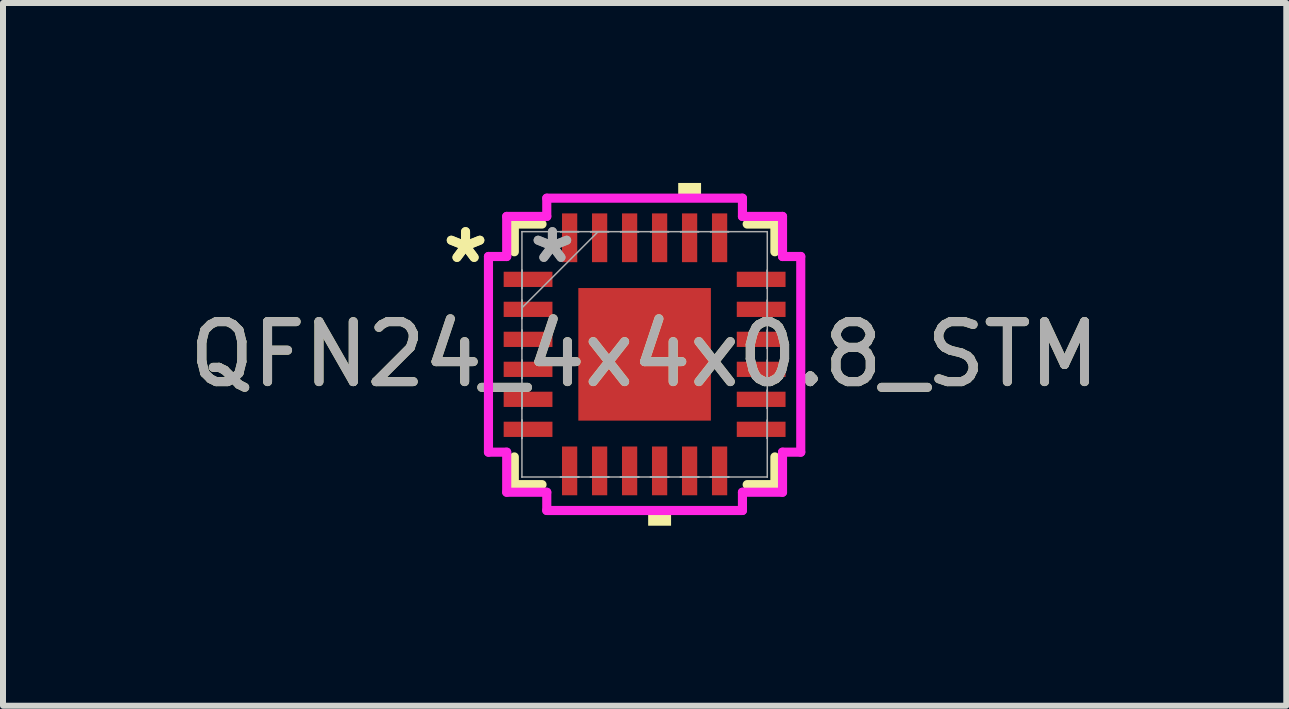
<source format=kicad_pcb>
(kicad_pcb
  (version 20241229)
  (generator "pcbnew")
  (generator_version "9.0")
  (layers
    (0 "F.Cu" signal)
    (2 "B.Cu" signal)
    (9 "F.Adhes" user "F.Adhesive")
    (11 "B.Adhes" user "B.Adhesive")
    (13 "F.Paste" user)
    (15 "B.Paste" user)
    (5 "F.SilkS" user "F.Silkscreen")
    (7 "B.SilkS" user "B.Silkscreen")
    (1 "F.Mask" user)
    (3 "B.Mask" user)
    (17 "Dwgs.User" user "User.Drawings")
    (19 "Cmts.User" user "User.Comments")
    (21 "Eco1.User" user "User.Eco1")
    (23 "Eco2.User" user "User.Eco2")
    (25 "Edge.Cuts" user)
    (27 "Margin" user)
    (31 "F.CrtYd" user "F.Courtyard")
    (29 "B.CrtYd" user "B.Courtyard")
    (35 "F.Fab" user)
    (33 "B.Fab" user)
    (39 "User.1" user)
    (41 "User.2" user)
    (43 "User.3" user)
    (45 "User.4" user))
  (footprint "QFN24_4x4x0.8_STM"
    (layer "F.Cu")
    (at 7.696 2.857)
    (property "Reference" "QFN24_4x4x0.8_STM" (at 0 0 0) (unlocked yes) (layer "F.SilkS") (effects (font (size 1 1) (thickness 0.15))))
    (attr smd)
    (fp_line (start -2.172 -2.172) (end -2.172 -1.71) (stroke (width 0.152) (type solid)) (layer "F.SilkS"))
    (fp_line (start -2.172 1.71) (end -2.172 2.172) (stroke (width 0.152) (type solid)) (layer "F.SilkS"))
    (fp_line (start -2.172 2.172) (end -1.71 2.172) (stroke (width 0.152) (type solid)) (layer "F.SilkS"))
    (fp_line (start -1.71 -2.172) (end -2.172 -2.172) (stroke (width 0.152) (type solid)) (layer "F.SilkS"))
    (fp_line (start 1.71 2.172) (end 2.172 2.172) (stroke (width 0.152) (type solid)) (layer "F.SilkS"))
    (fp_line (start 2.172 -2.172) (end 1.71 -2.172) (stroke (width 0.152) (type solid)) (layer "F.SilkS"))
    (fp_line (start 2.172 -1.71) (end 2.172 -2.172) (stroke (width 0.152) (type solid)) (layer "F.SilkS"))
    (fp_line (start 2.172 2.172) (end 2.172 1.71) (stroke (width 0.152) (type solid)) (layer "F.SilkS"))
    (fp_poly (pts (xy 0.059 2.603) (xy 0.059 2.857) (xy 0.441 2.857) (xy 0.441 2.603)) (stroke (width 0) (type solid)) (fill yes) (layer "F.SilkS"))
    (fp_poly (pts (xy 0.56 -2.603) (xy 0.56 -2.857) (xy 0.941 -2.857) (xy 0.941 -2.603)) (stroke (width 0) (type solid)) (fill yes) (layer "F.SilkS"))
    (fp_line (start -2.603 -1.631) (end -2.299 -1.631) (stroke (width 0.152) (type solid)) (layer "F.CrtYd"))
    (fp_line (start -2.603 1.631) (end -2.603 -1.631) (stroke (width 0.152) (type solid)) (layer "F.CrtYd"))
    (fp_line (start -2.299 -2.299) (end -1.631 -2.299) (stroke (width 0.152) (type solid)) (layer "F.CrtYd"))
    (fp_line (start -2.299 -1.631) (end -2.299 -2.299) (stroke (width 0.152) (type solid)) (layer "F.CrtYd"))
    (fp_line (start -2.299 1.631) (end -2.603 1.631) (stroke (width 0.152) (type solid)) (layer "F.CrtYd"))
    (fp_line (start -2.299 2.299) (end -2.299 1.631) (stroke (width 0.152) (type solid)) (layer "F.CrtYd"))
    (fp_line (start -1.631 -2.603) (end 1.631 -2.603) (stroke (width 0.152) (type solid)) (layer "F.CrtYd"))
    (fp_line (start -1.631 -2.299) (end -1.631 -2.603) (stroke (width 0.152) (type solid)) (layer "F.CrtYd"))
    (fp_line (start -1.631 2.299) (end -2.299 2.299) (stroke (width 0.152) (type solid)) (layer "F.CrtYd"))
    (fp_line (start -1.631 2.603) (end -1.631 2.299) (stroke (width 0.152) (type solid)) (layer "F.CrtYd"))
    (fp_line (start 1.631 -2.603) (end 1.631 -2.299) (stroke (width 0.152) (type solid)) (layer "F.CrtYd"))
    (fp_line (start 1.631 -2.299) (end 2.299 -2.299) (stroke (width 0.152) (type solid)) (layer "F.CrtYd"))
    (fp_line (start 1.631 2.299) (end 1.631 2.603) (stroke (width 0.152) (type solid)) (layer "F.CrtYd"))
    (fp_line (start 1.631 2.603) (end -1.631 2.603) (stroke (width 0.152) (type solid)) (layer "F.CrtYd"))
    (fp_line (start 2.299 -2.299) (end 2.299 -1.631) (stroke (width 0.152) (type solid)) (layer "F.CrtYd"))
    (fp_line (start 2.299 -1.631) (end 2.603 -1.631) (stroke (width 0.152) (type solid)) (layer "F.CrtYd"))
    (fp_line (start 2.299 1.631) (end 2.299 2.299) (stroke (width 0.152) (type solid)) (layer "F.CrtYd"))
    (fp_line (start 2.299 2.299) (end 1.631 2.299) (stroke (width 0.152) (type solid)) (layer "F.CrtYd"))
    (fp_line (start 2.603 -1.631) (end 2.603 1.631) (stroke (width 0.152) (type solid)) (layer "F.CrtYd"))
    (fp_line (start 2.603 1.631) (end 2.299 1.631) (stroke (width 0.152) (type solid)) (layer "F.CrtYd"))
    (fp_line (start -2.045 -2.045) (end -2.045 -2.045) (stroke (width 0.025) (type solid)) (layer "F.Fab"))
    (fp_line (start -2.045 -2.045) (end -2.045 2.045) (stroke (width 0.025) (type solid)) (layer "F.Fab"))
    (fp_line (start -2.045 -1.402) (end -2.045 -1.402) (stroke (width 0.025) (type solid)) (layer "F.Fab"))
    (fp_line (start -2.045 -1.402) (end -2.045 -1.098) (stroke (width 0.025) (type solid)) (layer "F.Fab"))
    (fp_line (start -2.045 -1.098) (end -2.045 -1.402) (stroke (width 0.025) (type solid)) (layer "F.Fab"))
    (fp_line (start -2.045 -1.098) (end -2.045 -1.098) (stroke (width 0.025) (type solid)) (layer "F.Fab"))
    (fp_line (start -2.045 -0.902) (end -2.045 -0.902) (stroke (width 0.025) (type solid)) (layer "F.Fab"))
    (fp_line (start -2.045 -0.902) (end -2.045 -0.598) (stroke (width 0.025) (type solid)) (layer "F.Fab"))
    (fp_line (start -2.045 -0.775) (end -0.775 -2.045) (stroke (width 0.025) (type solid)) (layer "F.Fab"))
    (fp_line (start -2.045 -0.598) (end -2.045 -0.902) (stroke (width 0.025) (type solid)) (layer "F.Fab"))
    (fp_line (start -2.045 -0.598) (end -2.045 -0.598) (stroke (width 0.025) (type solid)) (layer "F.Fab"))
    (fp_line (start -2.045 -0.402) (end -2.045 -0.402) (stroke (width 0.025) (type solid)) (layer "F.Fab"))
    (fp_line (start -2.045 -0.402) (end -2.045 -0.098) (stroke (width 0.025) (type solid)) (layer "F.Fab"))
    (fp_line (start -2.045 -0.098) (end -2.045 -0.402) (stroke (width 0.025) (type solid)) (layer "F.Fab"))
    (fp_line (start -2.045 -0.098) (end -2.045 -0.098) (stroke (width 0.025) (type solid)) (layer "F.Fab"))
    (fp_line (start -2.045 0.098) (end -2.045 0.098) (stroke (width 0.025) (type solid)) (layer "F.Fab"))
    (fp_line (start -2.045 0.098) (end -2.045 0.402) (stroke (width 0.025) (type solid)) (layer "F.Fab"))
    (fp_line (start -2.045 0.402) (end -2.045 0.098) (stroke (width 0.025) (type solid)) (layer "F.Fab"))
    (fp_line (start -2.045 0.402) (end -2.045 0.402) (stroke (width 0.025) (type solid)) (layer "F.Fab"))
    (fp_line (start -2.045 0.598) (end -2.045 0.598) (stroke (width 0.025) (type solid)) (layer "F.Fab"))
    (fp_line (start -2.045 0.598) (end -2.045 0.902) (stroke (width 0.025) (type solid)) (layer "F.Fab"))
    (fp_line (start -2.045 0.902) (end -2.045 0.598) (stroke (width 0.025) (type solid)) (layer "F.Fab"))
    (fp_line (start -2.045 0.902) (end -2.045 0.902) (stroke (width 0.025) (type solid)) (layer "F.Fab"))
    (fp_line (start -2.045 1.098) (end -2.045 1.098) (stroke (width 0.025) (type solid)) (layer "F.Fab"))
    (fp_line (start -2.045 1.098) (end -2.045 1.402) (stroke (width 0.025) (type solid)) (layer "F.Fab"))
    (fp_line (start -2.045 1.402) (end -2.045 1.098) (stroke (width 0.025) (type solid)) (layer "F.Fab"))
    (fp_line (start -2.045 1.402) (end -2.045 1.402) (stroke (width 0.025) (type solid)) (layer "F.Fab"))
    (fp_line (start -2.045 2.045) (end -2.045 2.045) (stroke (width 0.025) (type solid)) (layer "F.Fab"))
    (fp_line (start -2.045 2.045) (end 2.045 2.045) (stroke (width 0.025) (type solid)) (layer "F.Fab"))
    (fp_line (start -1.402 -2.045) (end -1.402 -2.045) (stroke (width 0.025) (type solid)) (layer "F.Fab"))
    (fp_line (start -1.402 -2.045) (end -1.098 -2.045) (stroke (width 0.025) (type solid)) (layer "F.Fab"))
    (fp_line (start -1.402 2.045) (end -1.402 2.045) (stroke (width 0.025) (type solid)) (layer "F.Fab"))
    (fp_line (start -1.402 2.045) (end -1.098 2.045) (stroke (width 0.025) (type solid)) (layer "F.Fab"))
    (fp_line (start -1.098 -2.045) (end -1.402 -2.045) (stroke (width 0.025) (type solid)) (layer "F.Fab"))
    (fp_line (start -1.098 -2.045) (end -1.098 -2.045) (stroke (width 0.025) (type solid)) (layer "F.Fab"))
    (fp_line (start -1.098 2.045) (end -1.402 2.045) (stroke (width 0.025) (type solid)) (layer "F.Fab"))
    (fp_line (start -1.098 2.045) (end -1.098 2.045) (stroke (width 0.025) (type solid)) (layer "F.Fab"))
    (fp_line (start -0.902 -2.045) (end -0.902 -2.045) (stroke (width 0.025) (type solid)) (layer "F.Fab"))
    (fp_line (start -0.902 -2.045) (end -0.598 -2.045) (stroke (width 0.025) (type solid)) (layer "F.Fab"))
    (fp_line (start -0.902 2.045) (end -0.902 2.045) (stroke (width 0.025) (type solid)) (layer "F.Fab"))
    (fp_line (start -0.902 2.045) (end -0.598 2.045) (stroke (width 0.025) (type solid)) (layer "F.Fab"))
    (fp_line (start -0.598 -2.045) (end -0.902 -2.045) (stroke (width 0.025) (type solid)) (layer "F.Fab"))
    (fp_line (start -0.598 -2.045) (end -0.598 -2.045) (stroke (width 0.025) (type solid)) (layer "F.Fab"))
    (fp_line (start -0.598 2.045) (end -0.902 2.045) (stroke (width 0.025) (type solid)) (layer "F.Fab"))
    (fp_line (start -0.598 2.045) (end -0.598 2.045) (stroke (width 0.025) (type solid)) (layer "F.Fab"))
    (fp_line (start -0.402 -2.045) (end -0.402 -2.045) (stroke (width 0.025) (type solid)) (layer "F.Fab"))
    (fp_line (start -0.402 -2.045) (end -0.098 -2.045) (stroke (width 0.025) (type solid)) (layer "F.Fab"))
    (fp_line (start -0.402 2.045) (end -0.402 2.045) (stroke (width 0.025) (type solid)) (layer "F.Fab"))
    (fp_line (start -0.402 2.045) (end -0.098 2.045) (stroke (width 0.025) (type solid)) (layer "F.Fab"))
    (fp_line (start -0.098 -2.045) (end -0.402 -2.045) (stroke (width 0.025) (type solid)) (layer "F.Fab"))
    (fp_line (start -0.098 -2.045) (end -0.098 -2.045) (stroke (width 0.025) (type solid)) (layer "F.Fab"))
    (fp_line (start -0.098 2.045) (end -0.402 2.045) (stroke (width 0.025) (type solid)) (layer "F.Fab"))
    (fp_line (start -0.098 2.045) (end -0.098 2.045) (stroke (width 0.025) (type solid)) (layer "F.Fab"))
    (fp_line (start 0.098 -2.045) (end 0.098 -2.045) (stroke (width 0.025) (type solid)) (layer "F.Fab"))
    (fp_line (start 0.098 -2.045) (end 0.402 -2.045) (stroke (width 0.025) (type solid)) (layer "F.Fab"))
    (fp_line (start 0.098 2.045) (end 0.098 2.045) (stroke (width 0.025) (type solid)) (layer "F.Fab"))
    (fp_line (start 0.098 2.045) (end 0.402 2.045) (stroke (width 0.025) (type solid)) (layer "F.Fab"))
    (fp_line (start 0.402 -2.045) (end 0.098 -2.045) (stroke (width 0.025) (type solid)) (layer "F.Fab"))
    (fp_line (start 0.402 -2.045) (end 0.402 -2.045) (stroke (width 0.025) (type solid)) (layer "F.Fab"))
    (fp_line (start 0.402 2.045) (end 0.098 2.045) (stroke (width 0.025) (type solid)) (layer "F.Fab"))
    (fp_line (start 0.402 2.045) (end 0.402 2.045) (stroke (width 0.025) (type solid)) (layer "F.Fab"))
    (fp_line (start 0.598 -2.045) (end 0.598 -2.045) (stroke (width 0.025) (type solid)) (layer "F.Fab"))
    (fp_line (start 0.598 -2.045) (end 0.902 -2.045) (stroke (width 0.025) (type solid)) (layer "F.Fab"))
    (fp_line (start 0.598 2.045) (end 0.598 2.045) (stroke (width 0.025) (type solid)) (layer "F.Fab"))
    (fp_line (start 0.598 2.045) (end 0.902 2.045) (stroke (width 0.025) (type solid)) (layer "F.Fab"))
    (fp_line (start 0.902 -2.045) (end 0.598 -2.045) (stroke (width 0.025) (type solid)) (layer "F.Fab"))
    (fp_line (start 0.902 -2.045) (end 0.902 -2.045) (stroke (width 0.025) (type solid)) (layer "F.Fab"))
    (fp_line (start 0.902 2.045) (end 0.598 2.045) (stroke (width 0.025) (type solid)) (layer "F.Fab"))
    (fp_line (start 0.902 2.045) (end 0.902 2.045) (stroke (width 0.025) (type solid)) (layer "F.Fab"))
    (fp_line (start 1.098 -2.045) (end 1.098 -2.045) (stroke (width 0.025) (type solid)) (layer "F.Fab"))
    (fp_line (start 1.098 -2.045) (end 1.402 -2.045) (stroke (width 0.025) (type solid)) (layer "F.Fab"))
    (fp_line (start 1.098 2.045) (end 1.098 2.045) (stroke (width 0.025) (type solid)) (layer "F.Fab"))
    (fp_line (start 1.098 2.045) (end 1.402 2.045) (stroke (width 0.025) (type solid)) (layer "F.Fab"))
    (fp_line (start 1.402 -2.045) (end 1.098 -2.045) (stroke (width 0.025) (type solid)) (layer "F.Fab"))
    (fp_line (start 1.402 -2.045) (end 1.402 -2.045) (stroke (width 0.025) (type solid)) (layer "F.Fab"))
    (fp_line (start 1.402 2.045) (end 1.098 2.045) (stroke (width 0.025) (type solid)) (layer "F.Fab"))
    (fp_line (start 1.402 2.045) (end 1.402 2.045) (stroke (width 0.025) (type solid)) (layer "F.Fab"))
    (fp_line (start 2.045 -2.045) (end -2.045 -2.045) (stroke (width 0.025) (type solid)) (layer "F.Fab"))
    (fp_line (start 2.045 -2.045) (end 2.045 -2.045) (stroke (width 0.025) (type solid)) (layer "F.Fab"))
    (fp_line (start 2.045 -1.402) (end 2.045 -1.402) (stroke (width 0.025) (type solid)) (layer "F.Fab"))
    (fp_line (start 2.045 -1.402) (end 2.045 -1.098) (stroke (width 0.025) (type solid)) (layer "F.Fab"))
    (fp_line (start 2.045 -1.098) (end 2.045 -1.402) (stroke (width 0.025) (type solid)) (layer "F.Fab"))
    (fp_line (start 2.045 -1.098) (end 2.045 -1.098) (stroke (width 0.025) (type solid)) (layer "F.Fab"))
    (fp_line (start 2.045 -0.902) (end 2.045 -0.902) (stroke (width 0.025) (type solid)) (layer "F.Fab"))
    (fp_line (start 2.045 -0.902) (end 2.045 -0.598) (stroke (width 0.025) (type solid)) (layer "F.Fab"))
    (fp_line (start 2.045 -0.598) (end 2.045 -0.902) (stroke (width 0.025) (type solid)) (layer "F.Fab"))
    (fp_line (start 2.045 -0.598) (end 2.045 -0.598) (stroke (width 0.025) (type solid)) (layer "F.Fab"))
    (fp_line (start 2.045 -0.402) (end 2.045 -0.402) (stroke (width 0.025) (type solid)) (layer "F.Fab"))
    (fp_line (start 2.045 -0.402) (end 2.045 -0.098) (stroke (width 0.025) (type solid)) (layer "F.Fab"))
    (fp_line (start 2.045 -0.098) (end 2.045 -0.402) (stroke (width 0.025) (type solid)) (layer "F.Fab"))
    (fp_line (start 2.045 -0.098) (end 2.045 -0.098) (stroke (width 0.025) (type solid)) (layer "F.Fab"))
    (fp_line (start 2.045 0.098) (end 2.045 0.098) (stroke (width 0.025) (type solid)) (layer "F.Fab"))
    (fp_line (start 2.045 0.098) (end 2.045 0.402) (stroke (width 0.025) (type solid)) (layer "F.Fab"))
    (fp_line (start 2.045 0.402) (end 2.045 0.098) (stroke (width 0.025) (type solid)) (layer "F.Fab"))
    (fp_line (start 2.045 0.402) (end 2.045 0.402) (stroke (width 0.025) (type solid)) (layer "F.Fab"))
    (fp_line (start 2.045 0.598) (end 2.045 0.598) (stroke (width 0.025) (type solid)) (layer "F.Fab"))
    (fp_line (start 2.045 0.598) (end 2.045 0.902) (stroke (width 0.025) (type solid)) (layer "F.Fab"))
    (fp_line (start 2.045 0.902) (end 2.045 0.598) (stroke (width 0.025) (type solid)) (layer "F.Fab"))
    (fp_line (start 2.045 0.902) (end 2.045 0.902) (stroke (width 0.025) (type solid)) (layer "F.Fab"))
    (fp_line (start 2.045 1.098) (end 2.045 1.098) (stroke (width 0.025) (type solid)) (layer "F.Fab"))
    (fp_line (start 2.045 1.098) (end 2.045 1.402) (stroke (width 0.025) (type solid)) (layer "F.Fab"))
    (fp_line (start 2.045 1.402) (end 2.045 1.098) (stroke (width 0.025) (type solid)) (layer "F.Fab"))
    (fp_line (start 2.045 1.402) (end 2.045 1.402) (stroke (width 0.025) (type solid)) (layer "F.Fab"))
    (fp_line (start 2.045 2.045) (end 2.045 -2.045) (stroke (width 0.025) (type solid)) (layer "F.Fab"))
    (fp_line (start 2.045 2.045) (end 2.045 2.045) (stroke (width 0.025) (type solid)) (layer "F.Fab"))
    (fp_text user "*" (at -2.985 -1.5 0) (layer "F.SilkS") (effects (font (size 1 1) (thickness 0.15))))
    (fp_text user "*" (at -2.985 -1.5 0) (unlocked yes) (layer "F.SilkS") (effects (font (size 1 1) (thickness 0.15))))
    (fp_text user "*" (at -1.537 -1.5 0) (unlocked yes) (layer "F.Fab") (effects (font (size 1 1) (thickness 0.15))))
    (fp_text user "*" (at -1.537 -1.5 0) (layer "F.Fab") (effects (font (size 1 1) (thickness 0.15))))
    (fp_text user "${REFERENCE}" (at 0 0 0) (unlocked yes) (layer "F.Fab") (effects (font (size 1 1) (thickness 0.15))))
    (pad "1" smd rect (at -1.943 -1.25 90) (size 0.254 0.813) (layers "F.Cu" "F.Mask" "F.Paste"))
    (pad "2" smd rect (at -1.943 -0.75 90) (size 0.254 0.813) (layers "F.Cu" "F.Mask" "F.Paste"))
    (pad "3" smd rect (at -1.943 -0.25 90) (size 0.254 0.813) (layers "F.Cu" "F.Mask" "F.Paste"))
    (pad "4" smd rect (at -1.943 0.25 90) (size 0.254 0.813) (layers "F.Cu" "F.Mask" "F.Paste"))
    (pad "5" smd rect (at -1.943 0.75 90) (size 0.254 0.813) (layers "F.Cu" "F.Mask" "F.Paste"))
    (pad "6" smd rect (at -1.943 1.25 90) (size 0.254 0.813) (layers "F.Cu" "F.Mask" "F.Paste"))
    (pad "7" smd rect (at -1.25 1.943) (size 0.254 0.813) (layers "F.Cu" "F.Mask" "F.Paste"))
    (pad "8" smd rect (at -0.75 1.943) (size 0.254 0.813) (layers "F.Cu" "F.Mask" "F.Paste"))
    (pad "9" smd rect (at -0.25 1.943) (size 0.254 0.813) (layers "F.Cu" "F.Mask" "F.Paste"))
    (pad "10" smd rect (at 0.25 1.943) (size 0.254 0.813) (layers "F.Cu" "F.Mask" "F.Paste"))
    (pad "11" smd rect (at 0.75 1.943) (size 0.254 0.813) (layers "F.Cu" "F.Mask" "F.Paste"))
    (pad "12" smd rect (at 1.25 1.943) (size 0.254 0.813) (layers "F.Cu" "F.Mask" "F.Paste"))
    (pad "13" smd rect (at 1.943 1.25 90) (size 0.254 0.813) (layers "F.Cu" "F.Mask" "F.Paste"))
    (pad "14" smd rect (at 1.943 0.75 90) (size 0.254 0.813) (layers "F.Cu" "F.Mask" "F.Paste"))
    (pad "15" smd rect (at 1.943 0.25 90) (size 0.254 0.813) (layers "F.Cu" "F.Mask" "F.Paste"))
    (pad "16" smd rect (at 1.943 -0.25 90) (size 0.254 0.813) (layers "F.Cu" "F.Mask" "F.Paste"))
    (pad "17" smd rect (at 1.943 -0.75 90) (size 0.254 0.813) (layers "F.Cu" "F.Mask" "F.Paste"))
    (pad "18" smd rect (at 1.943 -1.25 90) (size 0.254 0.813) (layers "F.Cu" "F.Mask" "F.Paste"))
    (pad "19" smd rect (at 1.25 -1.943) (size 0.254 0.813) (layers "F.Cu" "F.Mask" "F.Paste"))
    (pad "20" smd rect (at 0.75 -1.943) (size 0.254 0.813) (layers "F.Cu" "F.Mask" "F.Paste"))
    (pad "21" smd rect (at 0.25 -1.943) (size 0.254 0.813) (layers "F.Cu" "F.Mask" "F.Paste"))
    (pad "22" smd rect (at -0.25 -1.943) (size 0.254 0.813) (layers "F.Cu" "F.Mask" "F.Paste"))
    (pad "23" smd rect (at -0.75 -1.943) (size 0.254 0.813) (layers "F.Cu" "F.Mask" "F.Paste"))
    (pad "24" smd rect (at -1.25 -1.943) (size 0.254 0.813) (layers "F.Cu" "F.Mask" "F.Paste"))
    (pad "25" smd rect (at 0 0) (size 2.21 2.21) (layers "F.Cu" "F.Mask" "F.Paste")))
  (gr_rect
    (start -3 -3)
    (end 18.393 8.715)
    (stroke (width 0.1) (type default))
    (fill no)
    (layer "Edge.Cuts")))
</source>
